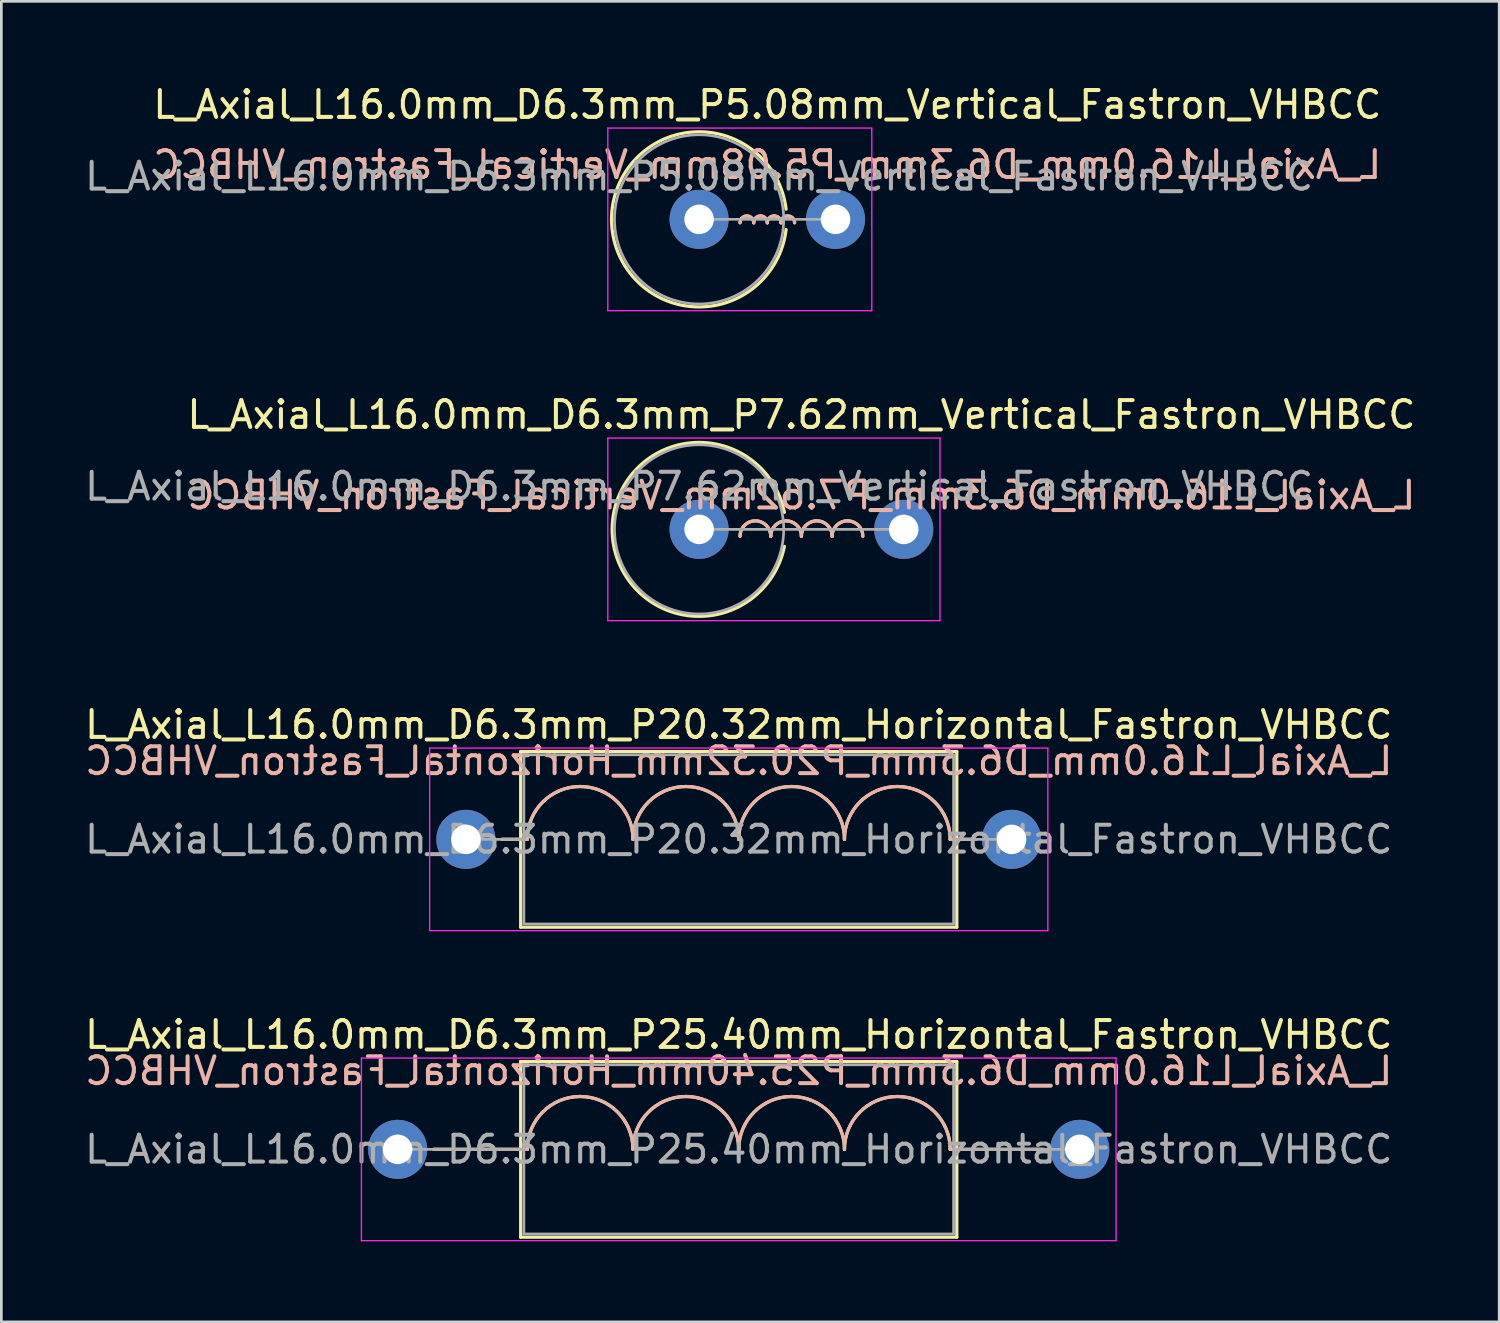
<source format=kicad_pcb>
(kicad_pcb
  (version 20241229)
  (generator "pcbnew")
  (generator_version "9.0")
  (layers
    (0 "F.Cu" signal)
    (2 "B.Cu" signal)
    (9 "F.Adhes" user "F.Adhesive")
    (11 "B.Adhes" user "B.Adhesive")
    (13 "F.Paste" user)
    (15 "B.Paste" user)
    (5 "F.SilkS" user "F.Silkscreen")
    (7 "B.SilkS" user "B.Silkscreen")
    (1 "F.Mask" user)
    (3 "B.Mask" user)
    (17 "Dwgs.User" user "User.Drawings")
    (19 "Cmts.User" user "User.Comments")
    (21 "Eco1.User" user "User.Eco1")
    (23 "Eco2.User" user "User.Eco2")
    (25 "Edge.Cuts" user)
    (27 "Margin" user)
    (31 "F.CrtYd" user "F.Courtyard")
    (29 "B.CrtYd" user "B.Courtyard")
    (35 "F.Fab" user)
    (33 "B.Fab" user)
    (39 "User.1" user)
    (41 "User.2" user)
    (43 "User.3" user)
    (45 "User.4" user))
  (footprint "L_Axial_L16.0mm_D6.3mm_P7.62mm_Vertical_Fastron_VHBCC"
    (layer "F.Cu")
    (at 22.982 16.662)
    (property "Reference" "L_Axial_L16.0mm_D6.3mm_P7.62mm_Vertical_Fastron_VHBCC" (at 3.81 -4.27 0) (layer "F.SilkS") (effects (font (size 1 1) (thickness 0.15))))
    (fp_arc (start 1.524 0.254) (mid 2.0955 -0.3175) (end 2.667 0.254) (stroke (width 0.12) (type solid)) (layer "F.SilkS"))
    (fp_arc (start 2.667 0.254) (mid 3.2385 -0.3175) (end 3.81 0.254) (stroke (width 0.12) (type solid)) (layer "F.SilkS"))
    (fp_arc (start 3.175 0.635) (mid -3.237877 0) (end 3.175 -0.635) (stroke (width 0.12) (type solid)) (layer "F.SilkS"))
    (fp_arc (start 3.81 0.254) (mid 4.3815 -0.3175) (end 4.953 0.254) (stroke (width 0.12) (type solid)) (layer "F.SilkS"))
    (fp_arc (start 4.953 0.254) (mid 5.5245 -0.3175) (end 6.096 0.254) (stroke (width 0.12) (type solid)) (layer "F.SilkS"))
    (fp_arc (start 1.524 0.254) (mid 2.0955 -0.3175) (end 2.667 0.254) (stroke (width 0.12) (type solid)) (layer "B.SilkS"))
    (fp_arc (start 2.667 0.254) (mid 3.2385 -0.3175) (end 3.81 0.254) (stroke (width 0.12) (type solid)) (layer "B.SilkS"))
    (fp_arc (start 3.81 0.254) (mid 4.3815 -0.3175) (end 4.953 0.254) (stroke (width 0.12) (type solid)) (layer "B.SilkS"))
    (fp_arc (start 4.953 0.254) (mid 5.5245 -0.3175) (end 6.096 0.254) (stroke (width 0.12) (type solid)) (layer "B.SilkS"))
    (fp_line (start -3.4 -3.4) (end -3.4 3.4) (stroke (width 0.05) (type solid)) (layer "F.CrtYd"))
    (fp_line (start -3.4 3.4) (end 8.97 3.4) (stroke (width 0.05) (type solid)) (layer "F.CrtYd"))
    (fp_line (start 8.97 -3.4) (end -3.4 -3.4) (stroke (width 0.05) (type solid)) (layer "F.CrtYd"))
    (fp_line (start 8.97 3.4) (end 8.97 -3.4) (stroke (width 0.05) (type solid)) (layer "F.CrtYd"))
    (fp_line (start 0 0) (end 7.62 0) (stroke (width 0.1) (type solid)) (layer "F.Fab"))
    (fp_circle (center 0 0) (end 3.15 0) (stroke (width 0.1) (type solid)) (fill no) (layer "F.Fab"))
    (fp_text user "${REFERENCE}" (at 3.81 -1.27 0) (layer "B.SilkS") (effects (font (size 1 1) (thickness 0.15)) (justify mirror)))
    (fp_text user "${REFERENCE}" (at 0 -1.6 0) (layer "F.Fab") (effects (font (size 1 1) (thickness 0.15))))
    (pad "1" thru_hole circle (at 0 0) (size 2.2 2.2) (drill 1.1) (layers "*.Cu" "*.Mask"))
    (pad "2" thru_hole oval (at 7.62 0) (size 2.2 2.2) (drill 1.1) (layers "*.Cu" "*.Mask")))
  (footprint "L_Axial_L16.0mm_D6.3mm_P25.40mm_Horizontal_Fastron_VHBCC"
    (layer "F.Cu")
    (at 11.758 39.748)
    (property "Reference" "L_Axial_L16.0mm_D6.3mm_P25.40mm_Horizontal_Fastron_VHBCC" (at 12.7 -4.27 0) (layer "F.SilkS") (effects (font (size 1 1) (thickness 0.15))))
    (fp_line (start 1.34 0) (end 4.58 0) (stroke (width 0.12) (type solid)) (layer "F.SilkS"))
    (fp_line (start 4.58 -3.27) (end 4.58 3.27) (stroke (width 0.12) (type solid)) (layer "F.SilkS"))
    (fp_line (start 4.58 3.27) (end 20.82 3.27) (stroke (width 0.12) (type solid)) (layer "F.SilkS"))
    (fp_line (start 4.826 0) (end 4.58 0) (stroke (width 0.12) (type solid)) (layer "F.SilkS"))
    (fp_line (start 20.574 0) (end 20.828 0) (stroke (width 0.12) (type solid)) (layer "F.SilkS"))
    (fp_line (start 20.82 -3.27) (end 4.58 -3.27) (stroke (width 0.12) (type solid)) (layer "F.SilkS"))
    (fp_line (start 20.82 3.27) (end 20.82 -3.27) (stroke (width 0.12) (type solid)) (layer "F.SilkS"))
    (fp_line (start 24.06 0) (end 20.82 0) (stroke (width 0.12) (type solid)) (layer "F.SilkS"))
    (fp_arc (start 4.826 0) (mid 6.7945 -1.9685) (end 8.763 0) (stroke (width 0.12) (type solid)) (layer "F.SilkS"))
    (fp_arc (start 8.763 0) (mid 10.7315 -1.9685) (end 12.7 0) (stroke (width 0.12) (type solid)) (layer "F.SilkS"))
    (fp_arc (start 12.7 0) (mid 14.6685 -1.9685) (end 16.637 0) (stroke (width 0.12) (type solid)) (layer "F.SilkS"))
    (fp_arc (start 16.637 0) (mid 18.6055 -1.9685) (end 20.574 0) (stroke (width 0.12) (type solid)) (layer "F.SilkS"))
    (fp_line (start 1.34 0) (end 4.58 0) (stroke (width 0.12) (type solid)) (layer "B.SilkS"))
    (fp_line (start 4.826 0) (end 4.572 0) (stroke (width 0.12) (type solid)) (layer "B.SilkS"))
    (fp_line (start 20.574 0) (end 20.82 0) (stroke (width 0.12) (type solid)) (layer "B.SilkS"))
    (fp_line (start 24.06 0) (end 20.82 0) (stroke (width 0.12) (type solid)) (layer "B.SilkS"))
    (fp_arc (start 4.826 0) (mid 6.7945 -1.9685) (end 8.763 0) (stroke (width 0.12) (type solid)) (layer "B.SilkS"))
    (fp_arc (start 8.763 0) (mid 10.7315 -1.9685) (end 12.7 0) (stroke (width 0.12) (type solid)) (layer "B.SilkS"))
    (fp_arc (start 12.7 0) (mid 14.6685 -1.9685) (end 16.637 0) (stroke (width 0.12) (type solid)) (layer "B.SilkS"))
    (fp_arc (start 16.637 0) (mid 18.6055 -1.9685) (end 20.574 0) (stroke (width 0.12) (type solid)) (layer "B.SilkS"))
    (fp_line (start -1.35 -3.4) (end -1.35 3.4) (stroke (width 0.05) (type solid)) (layer "F.CrtYd"))
    (fp_line (start -1.35 3.4) (end 26.75 3.4) (stroke (width 0.05) (type solid)) (layer "F.CrtYd"))
    (fp_line (start 26.75 -3.4) (end -1.35 -3.4) (stroke (width 0.05) (type solid)) (layer "F.CrtYd"))
    (fp_line (start 26.75 3.4) (end 26.75 -3.4) (stroke (width 0.05) (type solid)) (layer "F.CrtYd"))
    (fp_line (start 0 0) (end 4.7 0) (stroke (width 0.1) (type solid)) (layer "F.Fab"))
    (fp_line (start 4.7 -3.15) (end 4.7 3.15) (stroke (width 0.1) (type solid)) (layer "F.Fab"))
    (fp_line (start 4.7 3.15) (end 20.7 3.15) (stroke (width 0.1) (type solid)) (layer "F.Fab"))
    (fp_line (start 20.7 -3.15) (end 4.7 -3.15) (stroke (width 0.1) (type solid)) (layer "F.Fab"))
    (fp_line (start 20.7 3.15) (end 20.7 -3.15) (stroke (width 0.1) (type solid)) (layer "F.Fab"))
    (fp_line (start 25.4 0) (end 20.7 0) (stroke (width 0.1) (type solid)) (layer "F.Fab"))
    (fp_text user "${REFERENCE}" (at 12.7 -2.921 0) (layer "B.SilkS") (effects (font (size 1 1) (thickness 0.15)) (justify mirror)))
    (fp_text user "${REFERENCE}" (at 12.7 0 0) (layer "F.Fab") (effects (font (size 1 1) (thickness 0.15))))
    (pad "1" thru_hole circle (at 0 0) (size 2.2 2.2) (drill 1.1) (layers "*.Cu" "*.Mask"))
    (pad "2" thru_hole oval (at 25.4 0) (size 2.2 2.2) (drill 1.1) (layers "*.Cu" "*.Mask")))
  (footprint "L_Axial_L16.0mm_D6.3mm_P5.08mm_Vertical_Fastron_VHBCC"
    (layer "F.Cu")
    (at 22.982 5.118)
    (property "Reference" "L_Axial_L16.0mm_D6.3mm_P5.08mm_Vertical_Fastron_VHBCC" (at 2.54 -4.27 0) (layer "F.SilkS") (effects (font (size 1 1) (thickness 0.15))))
    (fp_arc (start 1.524 0.127) (mid 1.778 -0.127) (end 2.032 0.127) (stroke (width 0.12) (type solid)) (layer "F.SilkS"))
    (fp_arc (start 2.032 0.127) (mid 2.286 -0.127) (end 2.54 0.127) (stroke (width 0.12) (type solid)) (layer "F.SilkS"))
    (fp_arc (start 2.54 0.127) (mid 2.794 -0.127) (end 3.048 0.127) (stroke (width 0.12) (type solid)) (layer "F.SilkS"))
    (fp_arc (start 3.048 0.127) (mid 3.302 -0.127) (end 3.556 0.127) (stroke (width 0.12) (type solid)) (layer "F.SilkS"))
    (fp_arc (start 3.2385 0.381) (mid -3.260835 0) (end 3.2385 -0.381) (stroke (width 0.12) (type solid)) (layer "F.SilkS"))
    (fp_arc (start 1.524 0.127) (mid 1.778 -0.127) (end 2.032 0.127) (stroke (width 0.12) (type solid)) (layer "B.SilkS"))
    (fp_arc (start 2.032 0.127) (mid 2.286 -0.127) (end 2.54 0.127) (stroke (width 0.12) (type solid)) (layer "B.SilkS"))
    (fp_arc (start 2.54 0.127) (mid 2.794 -0.127) (end 3.048 0.127) (stroke (width 0.12) (type solid)) (layer "B.SilkS"))
    (fp_arc (start 3.048 0.127) (mid 3.302 -0.127) (end 3.556 0.127) (stroke (width 0.12) (type solid)) (layer "B.SilkS"))
    (fp_line (start -3.4 -3.4) (end -3.4 3.4) (stroke (width 0.05) (type solid)) (layer "F.CrtYd"))
    (fp_line (start -3.4 3.4) (end 6.43 3.4) (stroke (width 0.05) (type solid)) (layer "F.CrtYd"))
    (fp_line (start 6.43 -3.4) (end -3.4 -3.4) (stroke (width 0.05) (type solid)) (layer "F.CrtYd"))
    (fp_line (start 6.43 3.4) (end 6.43 -3.4) (stroke (width 0.05) (type solid)) (layer "F.CrtYd"))
    (fp_line (start 0 0) (end 5.08 0) (stroke (width 0.1) (type solid)) (layer "F.Fab"))
    (fp_circle (center 0 0) (end 3.15 0) (stroke (width 0.1) (type solid)) (fill no) (layer "F.Fab"))
    (fp_text user "${REFERENCE}" (at 2.54 -2.032 0) (layer "B.SilkS") (effects (font (size 1 1) (thickness 0.15)) (justify mirror)))
    (fp_text user "${REFERENCE}" (at 0 -1.6 0) (layer "F.Fab") (effects (font (size 1 1) (thickness 0.15))))
    (pad "1" thru_hole circle (at 0 0) (size 2.2 2.2) (drill 1.1) (layers "*.Cu" "*.Mask"))
    (pad "2" thru_hole oval (at 5.08 0) (size 2.2 2.2) (drill 1.1) (layers "*.Cu" "*.Mask")))
  (footprint "L_Axial_L16.0mm_D6.3mm_P20.32mm_Horizontal_Fastron_VHBCC"
    (layer "F.Cu")
    (at 14.298 28.205)
    (property "Reference" "L_Axial_L16.0mm_D6.3mm_P20.32mm_Horizontal_Fastron_VHBCC" (at 10.16 -4.27 0) (layer "F.SilkS") (effects (font (size 1 1) (thickness 0.15))))
    (fp_line (start 1.34 0) (end 2.04 0) (stroke (width 0.12) (type solid)) (layer "F.SilkS"))
    (fp_line (start 2.04 -3.27) (end 2.04 3.27) (stroke (width 0.12) (type solid)) (layer "F.SilkS"))
    (fp_line (start 2.04 3.27) (end 18.28 3.27) (stroke (width 0.12) (type solid)) (layer "F.SilkS"))
    (fp_line (start 2.286 0) (end 2.04 0) (stroke (width 0.12) (type solid)) (layer "F.SilkS"))
    (fp_line (start 18.034 0) (end 18.288 0) (stroke (width 0.12) (type solid)) (layer "F.SilkS"))
    (fp_line (start 18.28 -3.27) (end 2.04 -3.27) (stroke (width 0.12) (type solid)) (layer "F.SilkS"))
    (fp_line (start 18.28 3.27) (end 18.28 -3.27) (stroke (width 0.12) (type solid)) (layer "F.SilkS"))
    (fp_line (start 18.98 0) (end 18.28 0) (stroke (width 0.12) (type solid)) (layer "F.SilkS"))
    (fp_arc (start 2.286 0) (mid 4.2545 -1.9685) (end 6.223 0) (stroke (width 0.12) (type solid)) (layer "F.SilkS"))
    (fp_arc (start 6.223 0) (mid 8.1915 -1.9685) (end 10.16 0) (stroke (width 0.12) (type solid)) (layer "F.SilkS"))
    (fp_arc (start 10.16 0) (mid 12.1285 -1.9685) (end 14.097 0) (stroke (width 0.12) (type solid)) (layer "F.SilkS"))
    (fp_arc (start 14.097 0) (mid 16.0655 -1.9685) (end 18.034 0) (stroke (width 0.12) (type solid)) (layer "F.SilkS"))
    (fp_line (start 1.34 0) (end 2.04 0) (stroke (width 0.12) (type solid)) (layer "B.SilkS"))
    (fp_line (start 2.286 0) (end 2.032 0) (stroke (width 0.12) (type solid)) (layer "B.SilkS"))
    (fp_line (start 18.034 0) (end 18.28 0) (stroke (width 0.12) (type solid)) (layer "B.SilkS"))
    (fp_line (start 18.98 0) (end 18.28 0) (stroke (width 0.12) (type solid)) (layer "B.SilkS"))
    (fp_arc (start 2.286 0) (mid 4.2545 -1.9685) (end 6.223 0) (stroke (width 0.12) (type solid)) (layer "B.SilkS"))
    (fp_arc (start 6.223 0) (mid 8.1915 -1.9685) (end 10.16 0) (stroke (width 0.12) (type solid)) (layer "B.SilkS"))
    (fp_arc (start 10.16 0) (mid 12.1285 -1.9685) (end 14.097 0) (stroke (width 0.12) (type solid)) (layer "B.SilkS"))
    (fp_arc (start 14.097 0) (mid 16.0655 -1.9685) (end 18.034 0) (stroke (width 0.12) (type solid)) (layer "B.SilkS"))
    (fp_line (start -1.35 -3.4) (end -1.35 3.4) (stroke (width 0.05) (type solid)) (layer "F.CrtYd"))
    (fp_line (start -1.35 3.4) (end 21.67 3.4) (stroke (width 0.05) (type solid)) (layer "F.CrtYd"))
    (fp_line (start 21.67 -3.4) (end -1.35 -3.4) (stroke (width 0.05) (type solid)) (layer "F.CrtYd"))
    (fp_line (start 21.67 3.4) (end 21.67 -3.4) (stroke (width 0.05) (type solid)) (layer "F.CrtYd"))
    (fp_line (start 0 0) (end 2.16 0) (stroke (width 0.1) (type solid)) (layer "F.Fab"))
    (fp_line (start 2.16 -3.15) (end 2.16 3.15) (stroke (width 0.1) (type solid)) (layer "F.Fab"))
    (fp_line (start 2.16 3.15) (end 18.16 3.15) (stroke (width 0.1) (type solid)) (layer "F.Fab"))
    (fp_line (start 18.16 -3.15) (end 2.16 -3.15) (stroke (width 0.1) (type solid)) (layer "F.Fab"))
    (fp_line (start 18.16 3.15) (end 18.16 -3.15) (stroke (width 0.1) (type solid)) (layer "F.Fab"))
    (fp_line (start 20.32 0) (end 18.16 0) (stroke (width 0.1) (type solid)) (layer "F.Fab"))
    (fp_text user "${REFERENCE}" (at 10.16 -2.921 0) (layer "B.SilkS") (effects (font (size 1 1) (thickness 0.15)) (justify mirror)))
    (fp_text user "${REFERENCE}" (at 10.16 0 0) (layer "F.Fab") (effects (font (size 1 1) (thickness 0.15))))
    (pad "1" thru_hole circle (at 0 0) (size 2.2 2.2) (drill 1.1) (layers "*.Cu" "*.Mask"))
    (pad "2" thru_hole oval (at 20.32 0) (size 2.2 2.2) (drill 1.1) (layers "*.Cu" "*.Mask")))
  (gr_rect
    (start -3 -3)
    (end 52.774 46.173)
    (stroke (width 0.1) (type default))
    (fill no)
    (layer "Edge.Cuts")))
</source>
